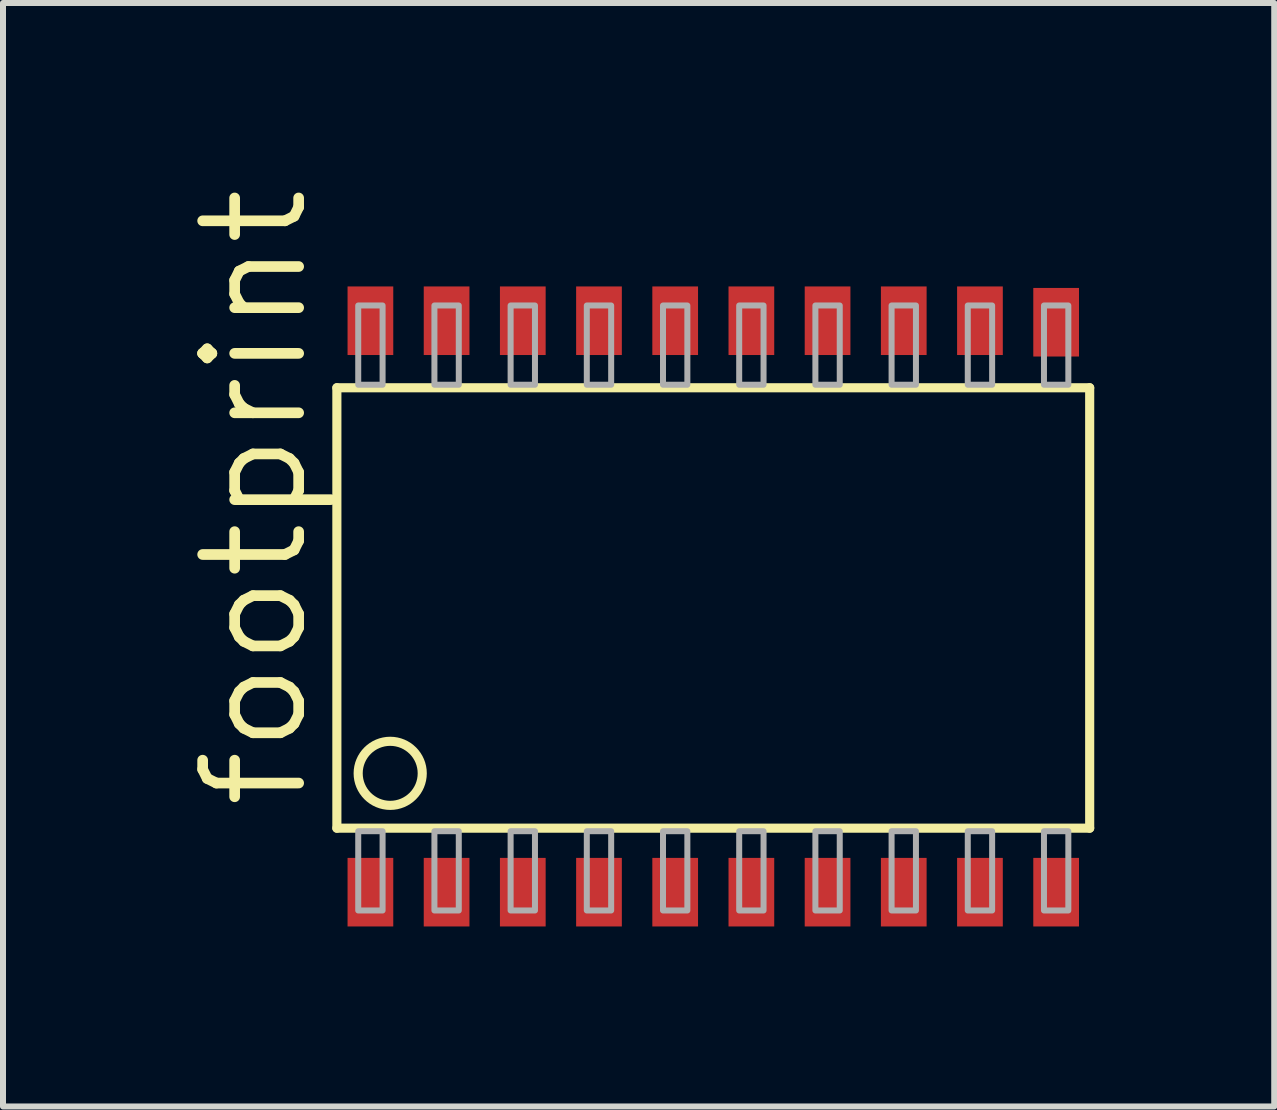
<source format=kicad_pcb>
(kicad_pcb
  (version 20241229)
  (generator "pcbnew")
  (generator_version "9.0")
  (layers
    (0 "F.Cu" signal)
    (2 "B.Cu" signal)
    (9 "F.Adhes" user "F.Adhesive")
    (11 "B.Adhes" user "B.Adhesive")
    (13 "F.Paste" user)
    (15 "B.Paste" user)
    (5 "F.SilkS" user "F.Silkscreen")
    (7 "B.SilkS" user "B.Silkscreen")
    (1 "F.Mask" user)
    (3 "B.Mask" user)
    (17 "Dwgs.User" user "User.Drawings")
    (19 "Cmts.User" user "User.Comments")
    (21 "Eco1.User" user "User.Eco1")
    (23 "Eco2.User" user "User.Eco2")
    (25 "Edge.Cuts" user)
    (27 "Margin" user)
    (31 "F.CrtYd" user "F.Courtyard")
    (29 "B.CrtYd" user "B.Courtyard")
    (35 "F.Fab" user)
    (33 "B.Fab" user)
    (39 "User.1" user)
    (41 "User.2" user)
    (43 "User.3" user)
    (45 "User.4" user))
  (footprint "footprint"
    (layer "F.Cu")
    (at 8.204 6.69)
    (property "Reference" "footprint" (at -6.071 3.81 90) (layer "F.SilkS") (effects (font (size 1.6 1.6) (thickness 0.178)) (justify left bottom)))
    (fp_line (start -5.639 -3.277) (end -5.639 4.064) (stroke (width 0.152) (type solid)) (layer "F.SilkS"))
    (fp_line (start -5.639 4.064) (end 6.909 4.064) (stroke (width 0.152) (type solid)) (layer "F.SilkS"))
    (fp_line (start 6.909 -3.277) (end -5.639 -3.277) (stroke (width 0.152) (type solid)) (layer "F.SilkS"))
    (fp_line (start 6.909 4.064) (end 6.909 -3.277) (stroke (width 0.152) (type solid)) (layer "F.SilkS"))
    (fp_circle (center -4.75 3.15) (end -4.216 3.15) (stroke (width 0.152) (type solid)) (fill no) (layer "F.SilkS"))
    (fp_poly (pts (xy -5.283 -3.327) (xy -4.877 -3.327) (xy -4.877 -4.648) (xy -5.283 -4.648)) (stroke (width 0.1) (type solid)) (fill no) (layer "F.Fab"))
    (fp_poly (pts (xy -5.283 5.436) (xy -4.877 5.436) (xy -4.877 4.115) (xy -5.283 4.115)) (stroke (width 0.1) (type solid)) (fill no) (layer "F.Fab"))
    (fp_poly (pts (xy -4.013 -3.327) (xy -3.607 -3.327) (xy -3.607 -4.648) (xy -4.013 -4.648)) (stroke (width 0.1) (type solid)) (fill no) (layer "F.Fab"))
    (fp_poly (pts (xy -4.013 5.436) (xy -3.607 5.436) (xy -3.607 4.115) (xy -4.013 4.115)) (stroke (width 0.1) (type solid)) (fill no) (layer "F.Fab"))
    (fp_poly (pts (xy -2.743 -3.327) (xy -2.337 -3.327) (xy -2.337 -4.648) (xy -2.743 -4.648)) (stroke (width 0.1) (type solid)) (fill no) (layer "F.Fab"))
    (fp_poly (pts (xy -2.743 5.436) (xy -2.337 5.436) (xy -2.337 4.115) (xy -2.743 4.115)) (stroke (width 0.1) (type solid)) (fill no) (layer "F.Fab"))
    (fp_poly (pts (xy -1.473 -3.327) (xy -1.067 -3.327) (xy -1.067 -4.648) (xy -1.473 -4.648)) (stroke (width 0.1) (type solid)) (fill no) (layer "F.Fab"))
    (fp_poly (pts (xy -1.473 5.436) (xy -1.067 5.436) (xy -1.067 4.115) (xy -1.473 4.115)) (stroke (width 0.1) (type solid)) (fill no) (layer "F.Fab"))
    (fp_poly (pts (xy -0.203 -3.327) (xy 0.203 -3.327) (xy 0.203 -4.648) (xy -0.203 -4.648)) (stroke (width 0.1) (type solid)) (fill no) (layer "F.Fab"))
    (fp_poly (pts (xy -0.203 5.436) (xy 0.203 5.436) (xy 0.203 4.115) (xy -0.203 4.115)) (stroke (width 0.1) (type solid)) (fill no) (layer "F.Fab"))
    (fp_poly (pts (xy 1.067 -3.327) (xy 1.473 -3.327) (xy 1.473 -4.648) (xy 1.067 -4.648)) (stroke (width 0.1) (type solid)) (fill no) (layer "F.Fab"))
    (fp_poly (pts (xy 1.067 5.436) (xy 1.473 5.436) (xy 1.473 4.115) (xy 1.067 4.115)) (stroke (width 0.1) (type solid)) (fill no) (layer "F.Fab"))
    (fp_poly (pts (xy 2.337 -3.327) (xy 2.743 -3.327) (xy 2.743 -4.648) (xy 2.337 -4.648)) (stroke (width 0.1) (type solid)) (fill no) (layer "F.Fab"))
    (fp_poly (pts (xy 2.337 5.436) (xy 2.743 5.436) (xy 2.743 4.115) (xy 2.337 4.115)) (stroke (width 0.1) (type solid)) (fill no) (layer "F.Fab"))
    (fp_poly (pts (xy 3.607 -3.327) (xy 4.013 -3.327) (xy 4.013 -4.648) (xy 3.607 -4.648)) (stroke (width 0.1) (type solid)) (fill no) (layer "F.Fab"))
    (fp_poly (pts (xy 3.607 5.436) (xy 4.013 5.436) (xy 4.013 4.115) (xy 3.607 4.115)) (stroke (width 0.1) (type solid)) (fill no) (layer "F.Fab"))
    (fp_poly (pts (xy 4.877 -3.327) (xy 5.283 -3.327) (xy 5.283 -4.648) (xy 4.877 -4.648)) (stroke (width 0.1) (type solid)) (fill no) (layer "F.Fab"))
    (fp_poly (pts (xy 4.877 5.436) (xy 5.283 5.436) (xy 5.283 4.115) (xy 4.877 4.115)) (stroke (width 0.1) (type solid)) (fill no) (layer "F.Fab"))
    (fp_poly (pts (xy 6.147 -3.327) (xy 6.553 -3.327) (xy 6.553 -4.648) (xy 6.147 -4.648)) (stroke (width 0.1) (type solid)) (fill no) (layer "F.Fab"))
    (fp_poly (pts (xy 6.147 5.436) (xy 6.553 5.436) (xy 6.553 4.115) (xy 6.147 4.115)) (stroke (width 0.1) (type solid)) (fill no) (layer "F.Fab"))
    (pad "1" smd rect (at -5.08 5.131) (size 0.762 1.143) (layers "F.Cu" "F.Mask" "F.Paste"))
    (pad "2" smd rect (at -3.81 5.131) (size 0.762 1.143) (layers "F.Cu" "F.Mask" "F.Paste"))
    (pad "3" smd rect (at -2.54 5.131) (size 0.762 1.143) (layers "F.Cu" "F.Mask" "F.Paste"))
    (pad "4" smd rect (at -1.27 5.131) (size 0.762 1.143) (layers "F.Cu" "F.Mask" "F.Paste"))
    (pad "5" smd rect (at 0 5.131) (size 0.762 1.143) (layers "F.Cu" "F.Mask" "F.Paste"))
    (pad "6" smd rect (at 1.27 5.131) (size 0.762 1.143) (layers "F.Cu" "F.Mask" "F.Paste"))
    (pad "7" smd rect (at 2.54 5.131) (size 0.762 1.143) (layers "F.Cu" "F.Mask" "F.Paste"))
    (pad "8" smd rect (at 3.81 5.131) (size 0.762 1.143) (layers "F.Cu" "F.Mask" "F.Paste"))
    (pad "9" smd rect (at 5.08 5.131) (size 0.762 1.143) (layers "F.Cu" "F.Mask" "F.Paste"))
    (pad "10" smd rect (at 6.35 5.131) (size 0.762 1.143) (layers "F.Cu" "F.Mask" "F.Paste"))
    (pad "11" smd rect (at 6.35 -4.369) (size 0.762 1.143) (layers "F.Cu" "F.Mask" "F.Paste"))
    (pad "12" smd rect (at 5.08 -4.394) (size 0.762 1.143) (layers "F.Cu" "F.Mask" "F.Paste"))
    (pad "13" smd rect (at 3.81 -4.394) (size 0.762 1.143) (layers "F.Cu" "F.Mask" "F.Paste"))
    (pad "14" smd rect (at 2.54 -4.394) (size 0.762 1.143) (layers "F.Cu" "F.Mask" "F.Paste"))
    (pad "15" smd rect (at 1.27 -4.394) (size 0.762 1.143) (layers "F.Cu" "F.Mask" "F.Paste"))
    (pad "16" smd rect (at 0 -4.394) (size 0.762 1.143) (layers "F.Cu" "F.Mask" "F.Paste"))
    (pad "17" smd rect (at -1.27 -4.394) (size 0.762 1.143) (layers "F.Cu" "F.Mask" "F.Paste"))
    (pad "18" smd rect (at -2.54 -4.394) (size 0.762 1.143) (layers "F.Cu" "F.Mask" "F.Paste"))
    (pad "19" smd rect (at -3.81 -4.394) (size 0.762 1.143) (layers "F.Cu" "F.Mask" "F.Paste"))
    (pad "20" smd rect (at -5.08 -4.394) (size 0.762 1.143) (layers "F.Cu" "F.Mask" "F.Paste")))
  (gr_rect
    (start -3 -3)
    (end 18.189 15.393)
    (stroke (width 0.1) (type default))
    (fill no)
    (layer "Edge.Cuts")))
</source>
